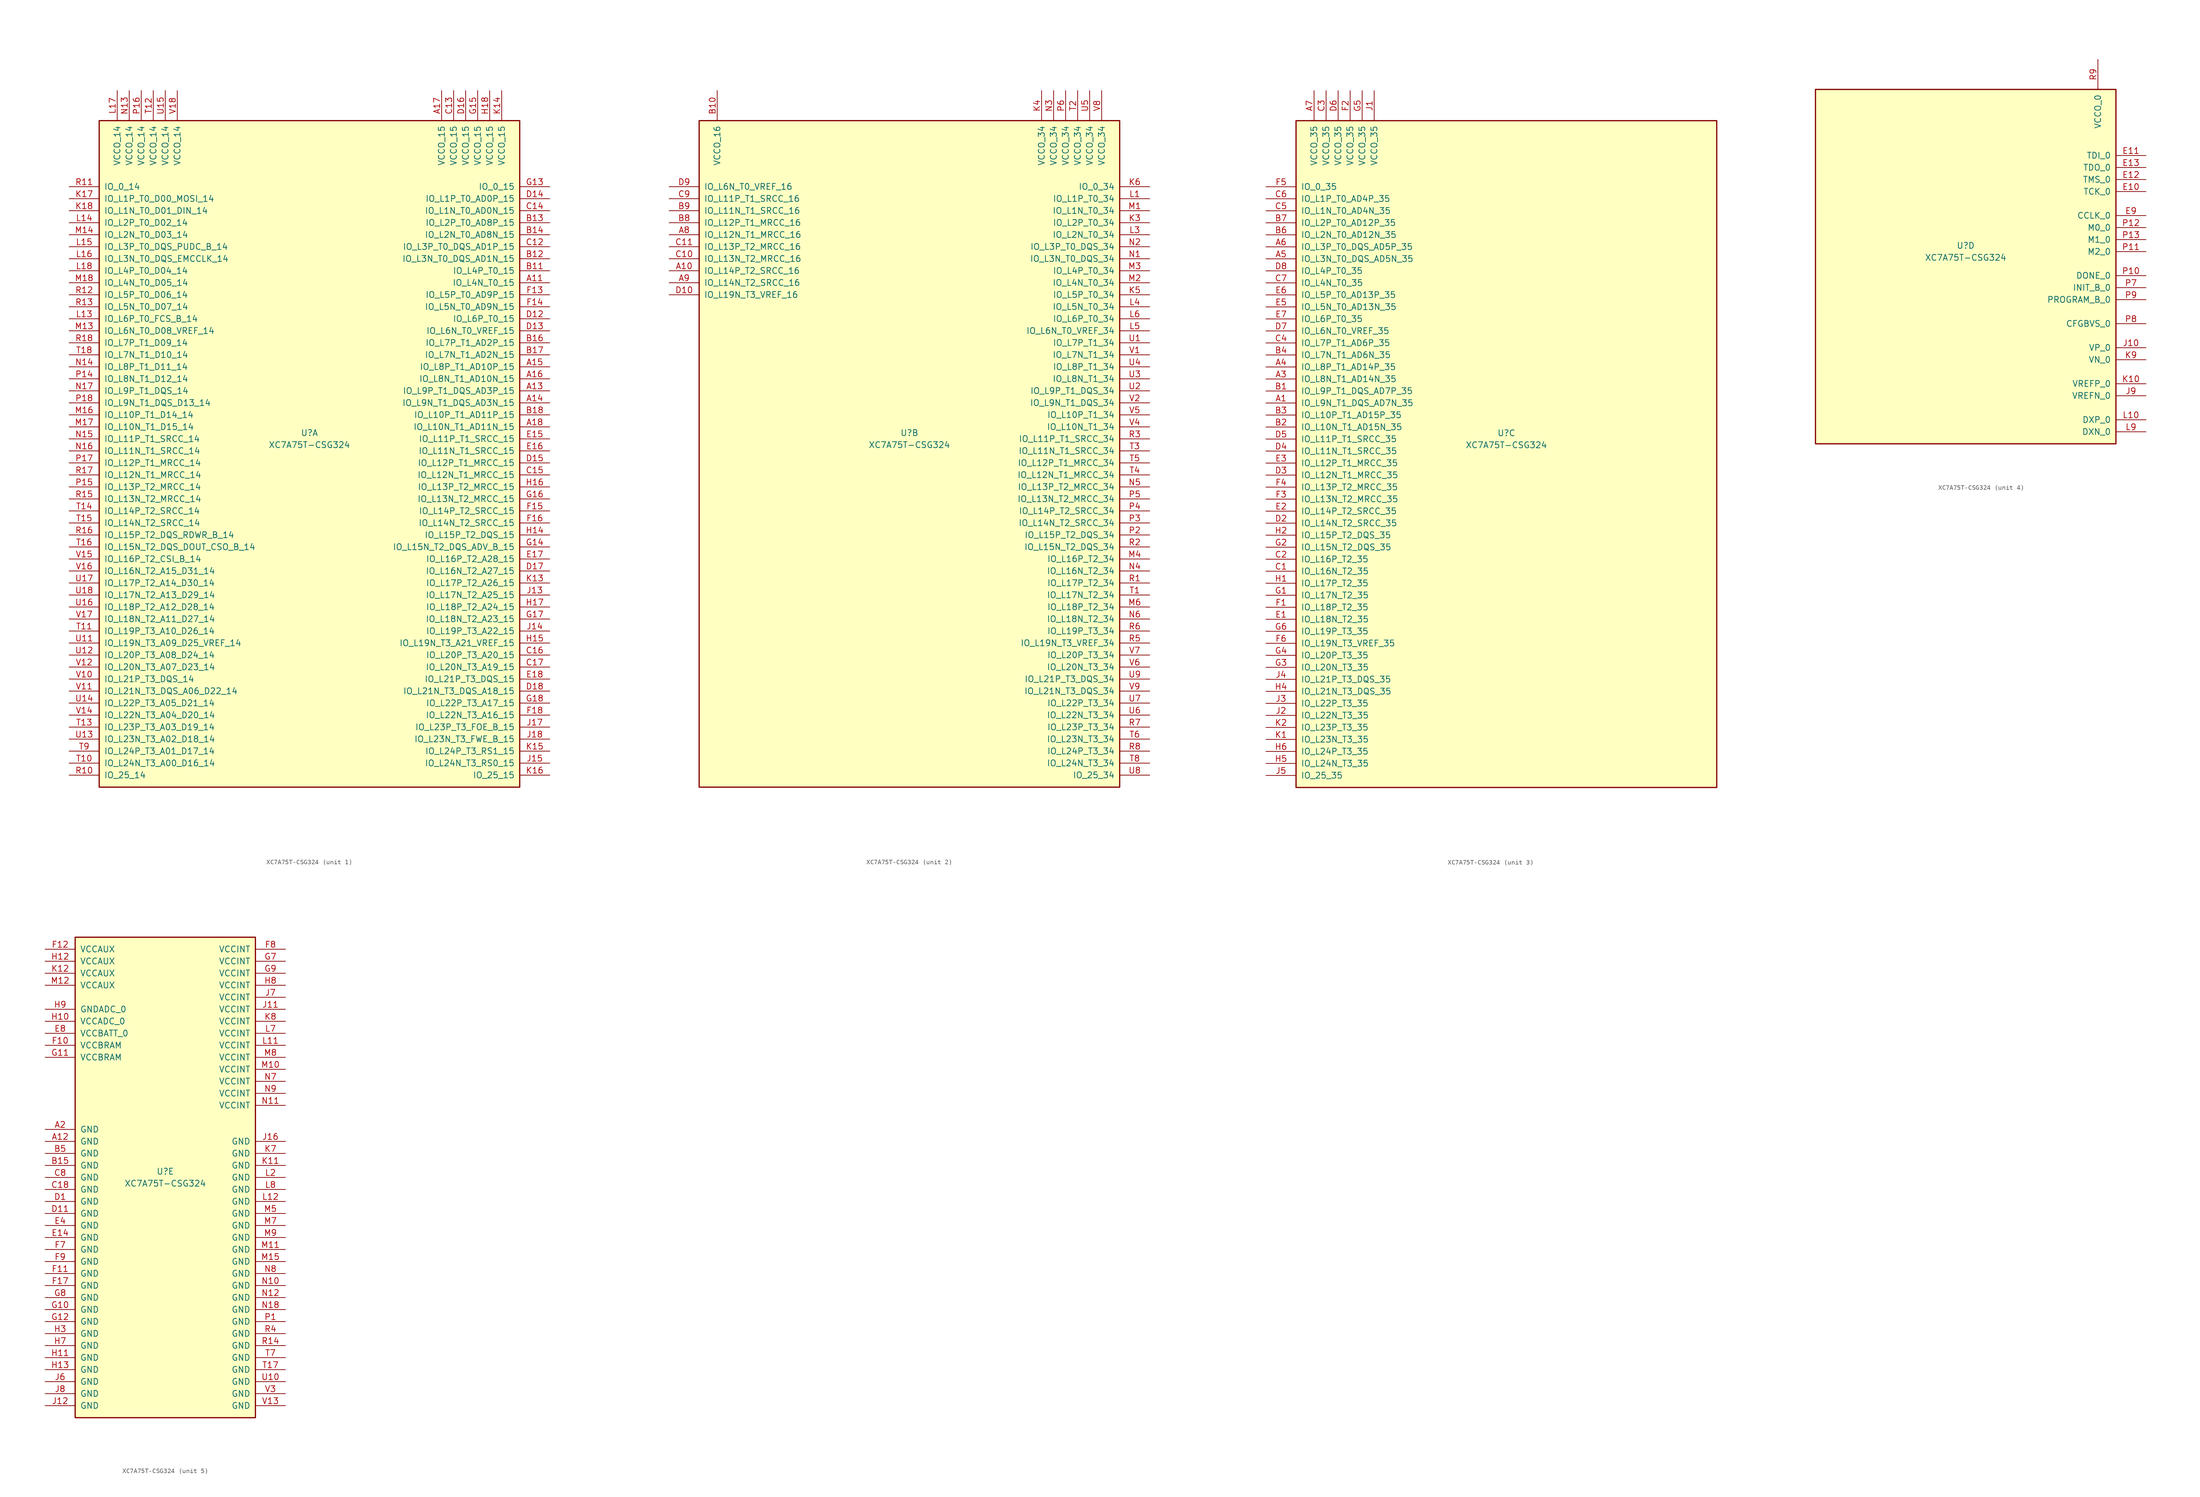
<source format=kicad_sym>
(kicad_symbol_lib
  (version 20241209)
  (generator "kicad_symbol_editor")
  (generator_version "9.0")
  (symbol "XC7A75T-CSG324"
    (pin_names
      (offset 1.016))
    (property "Reference" "U"
      (at 0 1.27 0)
      (effects (font (size 1.27 1.27))))
    (property "Value" "XC7A75T-CSG324"
      (at 0 -1.27 0)
      (effects (font (size 1.27 1.27))))
    (property "Datasheet" ""
      (at 0 0 0)
      (effects (font (size 1.27 1.27))))
    (property "ki_locked" ""
      (at 0 0 0)
      (effects (font (size 1.27 1.27))))
    (symbol "XC7A75T-CSG324_1_1"
      (rectangle (start -44.45 67.31) (end 44.45 -73.66) (stroke (width 0.254) (type default)) (fill (type background)))
      (pin bidirectional line (at -50.8 53.34 0) (length 6.35) (name "IO_0_14" (effects (font (size 1.27 1.27)))) (number "R11" (effects (font (size 1.27 1.27)))))
      (pin bidirectional line (at -50.8 50.8 0) (length 6.35) (name "IO_L1P_T0_D00_MOSI_14" (effects (font (size 1.27 1.27)))) (number "K17" (effects (font (size 1.27 1.27)))))
      (pin bidirectional line (at -50.8 48.26 0) (length 6.35) (name "IO_L1N_T0_D01_DIN_14" (effects (font (size 1.27 1.27)))) (number "K18" (effects (font (size 1.27 1.27)))))
      (pin bidirectional line (at -50.8 45.72 0) (length 6.35) (name "IO_L2P_T0_D02_14" (effects (font (size 1.27 1.27)))) (number "L14" (effects (font (size 1.27 1.27)))))
      (pin bidirectional line (at -50.8 43.18 0) (length 6.35) (name "IO_L2N_T0_D03_14" (effects (font (size 1.27 1.27)))) (number "M14" (effects (font (size 1.27 1.27)))))
      (pin bidirectional line (at -50.8 40.64 0) (length 6.35) (name "IO_L3P_T0_DQS_PUDC_B_14" (effects (font (size 1.27 1.27)))) (number "L15" (effects (font (size 1.27 1.27)))))
      (pin bidirectional line (at -50.8 38.1 0) (length 6.35) (name "IO_L3N_T0_DQS_EMCCLK_14" (effects (font (size 1.27 1.27)))) (number "L16" (effects (font (size 1.27 1.27)))))
      (pin bidirectional line (at -50.8 35.56 0) (length 6.35) (name "IO_L4P_T0_D04_14" (effects (font (size 1.27 1.27)))) (number "L18" (effects (font (size 1.27 1.27)))))
      (pin bidirectional line (at -50.8 33.02 0) (length 6.35) (name "IO_L4N_T0_D05_14" (effects (font (size 1.27 1.27)))) (number "M18" (effects (font (size 1.27 1.27)))))
      (pin bidirectional line (at -50.8 30.48 0) (length 6.35) (name "IO_L5P_T0_D06_14" (effects (font (size 1.27 1.27)))) (number "R12" (effects (font (size 1.27 1.27)))))
      (pin bidirectional line (at -50.8 27.94 0) (length 6.35) (name "IO_L5N_T0_D07_14" (effects (font (size 1.27 1.27)))) (number "R13" (effects (font (size 1.27 1.27)))))
      (pin bidirectional line (at -50.8 25.4 0) (length 6.35) (name "IO_L6P_T0_FCS_B_14" (effects (font (size 1.27 1.27)))) (number "L13" (effects (font (size 1.27 1.27)))))
      (pin bidirectional line (at -50.8 22.86 0) (length 6.35) (name "IO_L6N_T0_D08_VREF_14" (effects (font (size 1.27 1.27)))) (number "M13" (effects (font (size 1.27 1.27)))))
      (pin bidirectional line (at -50.8 20.32 0) (length 6.35) (name "IO_L7P_T1_D09_14" (effects (font (size 1.27 1.27)))) (number "R18" (effects (font (size 1.27 1.27)))))
      (pin bidirectional line (at -50.8 17.78 0) (length 6.35) (name "IO_L7N_T1_D10_14" (effects (font (size 1.27 1.27)))) (number "T18" (effects (font (size 1.27 1.27)))))
      (pin bidirectional line (at -50.8 15.24 0) (length 6.35) (name "IO_L8P_T1_D11_14" (effects (font (size 1.27 1.27)))) (number "N14" (effects (font (size 1.27 1.27)))))
      (pin bidirectional line (at -50.8 12.7 0) (length 6.35) (name "IO_L8N_T1_D12_14" (effects (font (size 1.27 1.27)))) (number "P14" (effects (font (size 1.27 1.27)))))
      (pin bidirectional line (at -50.8 10.16 0) (length 6.35) (name "IO_L9P_T1_DQS_14" (effects (font (size 1.27 1.27)))) (number "N17" (effects (font (size 1.27 1.27)))))
      (pin bidirectional line (at -50.8 7.62 0) (length 6.35) (name "IO_L9N_T1_DQS_D13_14" (effects (font (size 1.27 1.27)))) (number "P18" (effects (font (size 1.27 1.27)))))
      (pin bidirectional line (at -50.8 5.08 0) (length 6.35) (name "IO_L10P_T1_D14_14" (effects (font (size 1.27 1.27)))) (number "M16" (effects (font (size 1.27 1.27)))))
      (pin bidirectional line (at -50.8 2.54 0) (length 6.35) (name "IO_L10N_T1_D15_14" (effects (font (size 1.27 1.27)))) (number "M17" (effects (font (size 1.27 1.27)))))
      (pin bidirectional line (at -50.8 0 0) (length 6.35) (name "IO_L11P_T1_SRCC_14" (effects (font (size 1.27 1.27)))) (number "N15" (effects (font (size 1.27 1.27)))))
      (pin bidirectional line (at -50.8 -2.54 0) (length 6.35) (name "IO_L11N_T1_SRCC_14" (effects (font (size 1.27 1.27)))) (number "N16" (effects (font (size 1.27 1.27)))))
      (pin bidirectional line (at -50.8 -5.08 0) (length 6.35) (name "IO_L12P_T1_MRCC_14" (effects (font (size 1.27 1.27)))) (number "P17" (effects (font (size 1.27 1.27)))))
      (pin bidirectional line (at -50.8 -7.62 0) (length 6.35) (name "IO_L12N_T1_MRCC_14" (effects (font (size 1.27 1.27)))) (number "R17" (effects (font (size 1.27 1.27)))))
      (pin bidirectional line (at -50.8 -10.16 0) (length 6.35) (name "IO_L13P_T2_MRCC_14" (effects (font (size 1.27 1.27)))) (number "P15" (effects (font (size 1.27 1.27)))))
      (pin bidirectional line (at -50.8 -12.7 0) (length 6.35) (name "IO_L13N_T2_MRCC_14" (effects (font (size 1.27 1.27)))) (number "R15" (effects (font (size 1.27 1.27)))))
      (pin bidirectional line (at -50.8 -15.24 0) (length 6.35) (name "IO_L14P_T2_SRCC_14" (effects (font (size 1.27 1.27)))) (number "T14" (effects (font (size 1.27 1.27)))))
      (pin bidirectional line (at -50.8 -17.78 0) (length 6.35) (name "IO_L14N_T2_SRCC_14" (effects (font (size 1.27 1.27)))) (number "T15" (effects (font (size 1.27 1.27)))))
      (pin bidirectional line (at -50.8 -20.32 0) (length 6.35) (name "IO_L15P_T2_DQS_RDWR_B_14" (effects (font (size 1.27 1.27)))) (number "R16" (effects (font (size 1.27 1.27)))))
      (pin bidirectional line (at -50.8 -22.86 0) (length 6.35) (name "IO_L15N_T2_DQS_DOUT_CSO_B_14" (effects (font (size 1.27 1.27)))) (number "T16" (effects (font (size 1.27 1.27)))))
      (pin bidirectional line (at -50.8 -25.4 0) (length 6.35) (name "IO_L16P_T2_CSI_B_14" (effects (font (size 1.27 1.27)))) (number "V15" (effects (font (size 1.27 1.27)))))
      (pin bidirectional line (at -50.8 -27.94 0) (length 6.35) (name "IO_L16N_T2_A15_D31_14" (effects (font (size 1.27 1.27)))) (number "V16" (effects (font (size 1.27 1.27)))))
      (pin bidirectional line (at -50.8 -30.48 0) (length 6.35) (name "IO_L17P_T2_A14_D30_14" (effects (font (size 1.27 1.27)))) (number "U17" (effects (font (size 1.27 1.27)))))
      (pin bidirectional line (at -50.8 -33.02 0) (length 6.35) (name "IO_L17N_T2_A13_D29_14" (effects (font (size 1.27 1.27)))) (number "U18" (effects (font (size 1.27 1.27)))))
      (pin bidirectional line (at -50.8 -35.56 0) (length 6.35) (name "IO_L18P_T2_A12_D28_14" (effects (font (size 1.27 1.27)))) (number "U16" (effects (font (size 1.27 1.27)))))
      (pin bidirectional line (at -50.8 -38.1 0) (length 6.35) (name "IO_L18N_T2_A11_D27_14" (effects (font (size 1.27 1.27)))) (number "V17" (effects (font (size 1.27 1.27)))))
      (pin bidirectional line (at -50.8 -40.64 0) (length 6.35) (name "IO_L19P_T3_A10_D26_14" (effects (font (size 1.27 1.27)))) (number "T11" (effects (font (size 1.27 1.27)))))
      (pin bidirectional line (at -50.8 -43.18 0) (length 6.35) (name "IO_L19N_T3_A09_D25_VREF_14" (effects (font (size 1.27 1.27)))) (number "U11" (effects (font (size 1.27 1.27)))))
      (pin bidirectional line (at -50.8 -45.72 0) (length 6.35) (name "IO_L20P_T3_A08_D24_14" (effects (font (size 1.27 1.27)))) (number "U12" (effects (font (size 1.27 1.27)))))
      (pin bidirectional line (at -50.8 -48.26 0) (length 6.35) (name "IO_L20N_T3_A07_D23_14" (effects (font (size 1.27 1.27)))) (number "V12" (effects (font (size 1.27 1.27)))))
      (pin bidirectional line (at -50.8 -50.8 0) (length 6.35) (name "IO_L21P_T3_DQS_14" (effects (font (size 1.27 1.27)))) (number "V10" (effects (font (size 1.27 1.27)))))
      (pin bidirectional line (at -50.8 -53.34 0) (length 6.35) (name "IO_L21N_T3_DQS_A06_D22_14" (effects (font (size 1.27 1.27)))) (number "V11" (effects (font (size 1.27 1.27)))))
      (pin bidirectional line (at -50.8 -55.88 0) (length 6.35) (name "IO_L22P_T3_A05_D21_14" (effects (font (size 1.27 1.27)))) (number "U14" (effects (font (size 1.27 1.27)))))
      (pin bidirectional line (at -50.8 -58.42 0) (length 6.35) (name "IO_L22N_T3_A04_D20_14" (effects (font (size 1.27 1.27)))) (number "V14" (effects (font (size 1.27 1.27)))))
      (pin bidirectional line (at -50.8 -60.96 0) (length 6.35) (name "IO_L23P_T3_A03_D19_14" (effects (font (size 1.27 1.27)))) (number "T13" (effects (font (size 1.27 1.27)))))
      (pin bidirectional line (at -50.8 -63.5 0) (length 6.35) (name "IO_L23N_T3_A02_D18_14" (effects (font (size 1.27 1.27)))) (number "U13" (effects (font (size 1.27 1.27)))))
      (pin bidirectional line (at -50.8 -66.04 0) (length 6.35) (name "IO_L24P_T3_A01_D17_14" (effects (font (size 1.27 1.27)))) (number "T9" (effects (font (size 1.27 1.27)))))
      (pin bidirectional line (at -50.8 -68.58 0) (length 6.35) (name "IO_L24N_T3_A00_D16_14" (effects (font (size 1.27 1.27)))) (number "T10" (effects (font (size 1.27 1.27)))))
      (pin bidirectional line (at -50.8 -71.12 0) (length 6.35) (name "IO_25_14" (effects (font (size 1.27 1.27)))) (number "R10" (effects (font (size 1.27 1.27)))))
      (pin power_in line (at -40.64 73.66 270) (length 6.35) (name "VCCO_14" (effects (font (size 1.27 1.27)))) (number "L17" (effects (font (size 1.27 1.27)))))
      (pin power_in line (at -38.1 73.66 270) (length 6.35) (name "VCCO_14" (effects (font (size 1.27 1.27)))) (number "N13" (effects (font (size 1.27 1.27)))))
      (pin power_in line (at -35.56 73.66 270) (length 6.35) (name "VCCO_14" (effects (font (size 1.27 1.27)))) (number "P16" (effects (font (size 1.27 1.27)))))
      (pin power_in line (at -33.02 73.66 270) (length 6.35) (name "VCCO_14" (effects (font (size 1.27 1.27)))) (number "T12" (effects (font (size 1.27 1.27)))))
      (pin power_in line (at -30.48 73.66 270) (length 6.35) (name "VCCO_14" (effects (font (size 1.27 1.27)))) (number "U15" (effects (font (size 1.27 1.27)))))
      (pin power_in line (at -27.94 73.66 270) (length 6.35) (name "VCCO_14" (effects (font (size 1.27 1.27)))) (number "V18" (effects (font (size 1.27 1.27)))))
      (pin power_in line (at 27.94 73.66 270) (length 6.35) (name "VCCO_15" (effects (font (size 1.27 1.27)))) (number "A17" (effects (font (size 1.27 1.27)))))
      (pin power_in line (at 30.48 73.66 270) (length 6.35) (name "VCCO_15" (effects (font (size 1.27 1.27)))) (number "C13" (effects (font (size 1.27 1.27)))))
      (pin power_in line (at 33.02 73.66 270) (length 6.35) (name "VCCO_15" (effects (font (size 1.27 1.27)))) (number "D16" (effects (font (size 1.27 1.27)))))
      (pin power_in line (at 35.56 73.66 270) (length 6.35) (name "VCCO_15" (effects (font (size 1.27 1.27)))) (number "G15" (effects (font (size 1.27 1.27)))))
      (pin power_in line (at 38.1 73.66 270) (length 6.35) (name "VCCO_15" (effects (font (size 1.27 1.27)))) (number "H18" (effects (font (size 1.27 1.27)))))
      (pin power_in line (at 40.64 73.66 270) (length 6.35) (name "VCCO_15" (effects (font (size 1.27 1.27)))) (number "K14" (effects (font (size 1.27 1.27)))))
      (pin bidirectional line (at 50.8 53.34 180) (length 6.35) (name "IO_0_15" (effects (font (size 1.27 1.27)))) (number "G13" (effects (font (size 1.27 1.27)))))
      (pin bidirectional line (at 50.8 50.8 180) (length 6.35) (name "IO_L1P_T0_AD0P_15" (effects (font (size 1.27 1.27)))) (number "D14" (effects (font (size 1.27 1.27)))))
      (pin bidirectional line (at 50.8 48.26 180) (length 6.35) (name "IO_L1N_T0_AD0N_15" (effects (font (size 1.27 1.27)))) (number "C14" (effects (font (size 1.27 1.27)))))
      (pin bidirectional line (at 50.8 45.72 180) (length 6.35) (name "IO_L2P_T0_AD8P_15" (effects (font (size 1.27 1.27)))) (number "B13" (effects (font (size 1.27 1.27)))))
      (pin bidirectional line (at 50.8 43.18 180) (length 6.35) (name "IO_L2N_T0_AD8N_15" (effects (font (size 1.27 1.27)))) (number "B14" (effects (font (size 1.27 1.27)))))
      (pin bidirectional line (at 50.8 40.64 180) (length 6.35) (name "IO_L3P_T0_DQS_AD1P_15" (effects (font (size 1.27 1.27)))) (number "C12" (effects (font (size 1.27 1.27)))))
      (pin bidirectional line (at 50.8 38.1 180) (length 6.35) (name "IO_L3N_T0_DQS_AD1N_15" (effects (font (size 1.27 1.27)))) (number "B12" (effects (font (size 1.27 1.27)))))
      (pin bidirectional line (at 50.8 35.56 180) (length 6.35) (name "IO_L4P_T0_15" (effects (font (size 1.27 1.27)))) (number "B11" (effects (font (size 1.27 1.27)))))
      (pin bidirectional line (at 50.8 33.02 180) (length 6.35) (name "IO_L4N_T0_15" (effects (font (size 1.27 1.27)))) (number "A11" (effects (font (size 1.27 1.27)))))
      (pin bidirectional line (at 50.8 30.48 180) (length 6.35) (name "IO_L5P_T0_AD9P_15" (effects (font (size 1.27 1.27)))) (number "F13" (effects (font (size 1.27 1.27)))))
      (pin bidirectional line (at 50.8 27.94 180) (length 6.35) (name "IO_L5N_T0_AD9N_15" (effects (font (size 1.27 1.27)))) (number "F14" (effects (font (size 1.27 1.27)))))
      (pin bidirectional line (at 50.8 25.4 180) (length 6.35) (name "IO_L6P_T0_15" (effects (font (size 1.27 1.27)))) (number "D12" (effects (font (size 1.27 1.27)))))
      (pin bidirectional line (at 50.8 22.86 180) (length 6.35) (name "IO_L6N_T0_VREF_15" (effects (font (size 1.27 1.27)))) (number "D13" (effects (font (size 1.27 1.27)))))
      (pin bidirectional line (at 50.8 20.32 180) (length 6.35) (name "IO_L7P_T1_AD2P_15" (effects (font (size 1.27 1.27)))) (number "B16" (effects (font (size 1.27 1.27)))))
      (pin bidirectional line (at 50.8 17.78 180) (length 6.35) (name "IO_L7N_T1_AD2N_15" (effects (font (size 1.27 1.27)))) (number "B17" (effects (font (size 1.27 1.27)))))
      (pin bidirectional line (at 50.8 15.24 180) (length 6.35) (name "IO_L8P_T1_AD10P_15" (effects (font (size 1.27 1.27)))) (number "A15" (effects (font (size 1.27 1.27)))))
      (pin bidirectional line (at 50.8 12.7 180) (length 6.35) (name "IO_L8N_T1_AD10N_15" (effects (font (size 1.27 1.27)))) (number "A16" (effects (font (size 1.27 1.27)))))
      (pin bidirectional line (at 50.8 10.16 180) (length 6.35) (name "IO_L9P_T1_DQS_AD3P_15" (effects (font (size 1.27 1.27)))) (number "A13" (effects (font (size 1.27 1.27)))))
      (pin bidirectional line (at 50.8 7.62 180) (length 6.35) (name "IO_L9N_T1_DQS_AD3N_15" (effects (font (size 1.27 1.27)))) (number "A14" (effects (font (size 1.27 1.27)))))
      (pin bidirectional line (at 50.8 5.08 180) (length 6.35) (name "IO_L10P_T1_AD11P_15" (effects (font (size 1.27 1.27)))) (number "B18" (effects (font (size 1.27 1.27)))))
      (pin bidirectional line (at 50.8 2.54 180) (length 6.35) (name "IO_L10N_T1_AD11N_15" (effects (font (size 1.27 1.27)))) (number "A18" (effects (font (size 1.27 1.27)))))
      (pin bidirectional line (at 50.8 0 180) (length 6.35) (name "IO_L11P_T1_SRCC_15" (effects (font (size 1.27 1.27)))) (number "E15" (effects (font (size 1.27 1.27)))))
      (pin bidirectional line (at 50.8 -2.54 180) (length 6.35) (name "IO_L11N_T1_SRCC_15" (effects (font (size 1.27 1.27)))) (number "E16" (effects (font (size 1.27 1.27)))))
      (pin bidirectional line (at 50.8 -5.08 180) (length 6.35) (name "IO_L12P_T1_MRCC_15" (effects (font (size 1.27 1.27)))) (number "D15" (effects (font (size 1.27 1.27)))))
      (pin bidirectional line (at 50.8 -7.62 180) (length 6.35) (name "IO_L12N_T1_MRCC_15" (effects (font (size 1.27 1.27)))) (number "C15" (effects (font (size 1.27 1.27)))))
      (pin bidirectional line (at 50.8 -10.16 180) (length 6.35) (name "IO_L13P_T2_MRCC_15" (effects (font (size 1.27 1.27)))) (number "H16" (effects (font (size 1.27 1.27)))))
      (pin bidirectional line (at 50.8 -12.7 180) (length 6.35) (name "IO_L13N_T2_MRCC_15" (effects (font (size 1.27 1.27)))) (number "G16" (effects (font (size 1.27 1.27)))))
      (pin bidirectional line (at 50.8 -15.24 180) (length 6.35) (name "IO_L14P_T2_SRCC_15" (effects (font (size 1.27 1.27)))) (number "F15" (effects (font (size 1.27 1.27)))))
      (pin bidirectional line (at 50.8 -17.78 180) (length 6.35) (name "IO_L14N_T2_SRCC_15" (effects (font (size 1.27 1.27)))) (number "F16" (effects (font (size 1.27 1.27)))))
      (pin bidirectional line (at 50.8 -20.32 180) (length 6.35) (name "IO_L15P_T2_DQS_15" (effects (font (size 1.27 1.27)))) (number "H14" (effects (font (size 1.27 1.27)))))
      (pin bidirectional line (at 50.8 -22.86 180) (length 6.35) (name "IO_L15N_T2_DQS_ADV_B_15" (effects (font (size 1.27 1.27)))) (number "G14" (effects (font (size 1.27 1.27)))))
      (pin bidirectional line (at 50.8 -25.4 180) (length 6.35) (name "IO_L16P_T2_A28_15" (effects (font (size 1.27 1.27)))) (number "E17" (effects (font (size 1.27 1.27)))))
      (pin bidirectional line (at 50.8 -27.94 180) (length 6.35) (name "IO_L16N_T2_A27_15" (effects (font (size 1.27 1.27)))) (number "D17" (effects (font (size 1.27 1.27)))))
      (pin bidirectional line (at 50.8 -30.48 180) (length 6.35) (name "IO_L17P_T2_A26_15" (effects (font (size 1.27 1.27)))) (number "K13" (effects (font (size 1.27 1.27)))))
      (pin bidirectional line (at 50.8 -33.02 180) (length 6.35) (name "IO_L17N_T2_A25_15" (effects (font (size 1.27 1.27)))) (number "J13" (effects (font (size 1.27 1.27)))))
      (pin bidirectional line (at 50.8 -35.56 180) (length 6.35) (name "IO_L18P_T2_A24_15" (effects (font (size 1.27 1.27)))) (number "H17" (effects (font (size 1.27 1.27)))))
      (pin bidirectional line (at 50.8 -38.1 180) (length 6.35) (name "IO_L18N_T2_A23_15" (effects (font (size 1.27 1.27)))) (number "G17" (effects (font (size 1.27 1.27)))))
      (pin bidirectional line (at 50.8 -40.64 180) (length 6.35) (name "IO_L19P_T3_A22_15" (effects (font (size 1.27 1.27)))) (number "J14" (effects (font (size 1.27 1.27)))))
      (pin bidirectional line (at 50.8 -43.18 180) (length 6.35) (name "IO_L19N_T3_A21_VREF_15" (effects (font (size 1.27 1.27)))) (number "H15" (effects (font (size 1.27 1.27)))))
      (pin bidirectional line (at 50.8 -45.72 180) (length 6.35) (name "IO_L20P_T3_A20_15" (effects (font (size 1.27 1.27)))) (number "C16" (effects (font (size 1.27 1.27)))))
      (pin bidirectional line (at 50.8 -48.26 180) (length 6.35) (name "IO_L20N_T3_A19_15" (effects (font (size 1.27 1.27)))) (number "C17" (effects (font (size 1.27 1.27)))))
      (pin bidirectional line (at 50.8 -50.8 180) (length 6.35) (name "IO_L21P_T3_DQS_15" (effects (font (size 1.27 1.27)))) (number "E18" (effects (font (size 1.27 1.27)))))
      (pin bidirectional line (at 50.8 -53.34 180) (length 6.35) (name "IO_L21N_T3_DQS_A18_15" (effects (font (size 1.27 1.27)))) (number "D18" (effects (font (size 1.27 1.27)))))
      (pin bidirectional line (at 50.8 -55.88 180) (length 6.35) (name "IO_L22P_T3_A17_15" (effects (font (size 1.27 1.27)))) (number "G18" (effects (font (size 1.27 1.27)))))
      (pin bidirectional line (at 50.8 -58.42 180) (length 6.35) (name "IO_L22N_T3_A16_15" (effects (font (size 1.27 1.27)))) (number "F18" (effects (font (size 1.27 1.27)))))
      (pin bidirectional line (at 50.8 -60.96 180) (length 6.35) (name "IO_L23P_T3_FOE_B_15" (effects (font (size 1.27 1.27)))) (number "J17" (effects (font (size 1.27 1.27)))))
      (pin bidirectional line (at 50.8 -63.5 180) (length 6.35) (name "IO_L23N_T3_FWE_B_15" (effects (font (size 1.27 1.27)))) (number "J18" (effects (font (size 1.27 1.27)))))
      (pin bidirectional line (at 50.8 -66.04 180) (length 6.35) (name "IO_L24P_T3_RS1_15" (effects (font (size 1.27 1.27)))) (number "K15" (effects (font (size 1.27 1.27)))))
      (pin bidirectional line (at 50.8 -68.58 180) (length 6.35) (name "IO_L24N_T3_RS0_15" (effects (font (size 1.27 1.27)))) (number "J15" (effects (font (size 1.27 1.27)))))
      (pin bidirectional line (at 50.8 -71.12 180) (length 6.35) (name "IO_25_15" (effects (font (size 1.27 1.27)))) (number "K16" (effects (font (size 1.27 1.27))))))
    (symbol "XC7A75T-CSG324_2_1"
      (rectangle (start -44.45 67.31) (end 44.45 -73.66) (stroke (width 0.254) (type default)) (fill (type background)))
      (pin bidirectional line (at -50.8 53.34 0) (length 6.35) (name "IO_L6N_T0_VREF_16" (effects (font (size 1.27 1.27)))) (number "D9" (effects (font (size 1.27 1.27)))))
      (pin bidirectional line (at -50.8 50.8 0) (length 6.35) (name "IO_L11P_T1_SRCC_16" (effects (font (size 1.27 1.27)))) (number "C9" (effects (font (size 1.27 1.27)))))
      (pin bidirectional line (at -50.8 48.26 0) (length 6.35) (name "IO_L11N_T1_SRCC_16" (effects (font (size 1.27 1.27)))) (number "B9" (effects (font (size 1.27 1.27)))))
      (pin bidirectional line (at -50.8 45.72 0) (length 6.35) (name "IO_L12P_T1_MRCC_16" (effects (font (size 1.27 1.27)))) (number "B8" (effects (font (size 1.27 1.27)))))
      (pin bidirectional line (at -50.8 43.18 0) (length 6.35) (name "IO_L12N_T1_MRCC_16" (effects (font (size 1.27 1.27)))) (number "A8" (effects (font (size 1.27 1.27)))))
      (pin bidirectional line (at -50.8 40.64 0) (length 6.35) (name "IO_L13P_T2_MRCC_16" (effects (font (size 1.27 1.27)))) (number "C11" (effects (font (size 1.27 1.27)))))
      (pin bidirectional line (at -50.8 38.1 0) (length 6.35) (name "IO_L13N_T2_MRCC_16" (effects (font (size 1.27 1.27)))) (number "C10" (effects (font (size 1.27 1.27)))))
      (pin bidirectional line (at -50.8 35.56 0) (length 6.35) (name "IO_L14P_T2_SRCC_16" (effects (font (size 1.27 1.27)))) (number "A10" (effects (font (size 1.27 1.27)))))
      (pin bidirectional line (at -50.8 33.02 0) (length 6.35) (name "IO_L14N_T2_SRCC_16" (effects (font (size 1.27 1.27)))) (number "A9" (effects (font (size 1.27 1.27)))))
      (pin bidirectional line (at -50.8 30.48 0) (length 6.35) (name "IO_L19N_T3_VREF_16" (effects (font (size 1.27 1.27)))) (number "D10" (effects (font (size 1.27 1.27)))))
      (pin power_in line (at -40.64 73.66 270) (length 6.35) (name "VCCO_16" (effects (font (size 1.27 1.27)))) (number "B10" (effects (font (size 1.27 1.27)))))
      (pin power_in line (at 27.94 73.66 270) (length 6.35) (name "VCCO_34" (effects (font (size 1.27 1.27)))) (number "K4" (effects (font (size 1.27 1.27)))))
      (pin power_in line (at 30.48 73.66 270) (length 6.35) (name "VCCO_34" (effects (font (size 1.27 1.27)))) (number "N3" (effects (font (size 1.27 1.27)))))
      (pin power_in line (at 33.02 73.66 270) (length 6.35) (name "VCCO_34" (effects (font (size 1.27 1.27)))) (number "P6" (effects (font (size 1.27 1.27)))))
      (pin power_in line (at 35.56 73.66 270) (length 6.35) (name "VCCO_34" (effects (font (size 1.27 1.27)))) (number "T2" (effects (font (size 1.27 1.27)))))
      (pin power_in line (at 38.1 73.66 270) (length 6.35) (name "VCCO_34" (effects (font (size 1.27 1.27)))) (number "U5" (effects (font (size 1.27 1.27)))))
      (pin power_in line (at 40.64 73.66 270) (length 6.35) (name "VCCO_34" (effects (font (size 1.27 1.27)))) (number "V8" (effects (font (size 1.27 1.27)))))
      (pin bidirectional line (at 50.8 53.34 180) (length 6.35) (name "IO_0_34" (effects (font (size 1.27 1.27)))) (number "K6" (effects (font (size 1.27 1.27)))))
      (pin bidirectional line (at 50.8 50.8 180) (length 6.35) (name "IO_L1P_T0_34" (effects (font (size 1.27 1.27)))) (number "L1" (effects (font (size 1.27 1.27)))))
      (pin bidirectional line (at 50.8 48.26 180) (length 6.35) (name "IO_L1N_T0_34" (effects (font (size 1.27 1.27)))) (number "M1" (effects (font (size 1.27 1.27)))))
      (pin bidirectional line (at 50.8 45.72 180) (length 6.35) (name "IO_L2P_T0_34" (effects (font (size 1.27 1.27)))) (number "K3" (effects (font (size 1.27 1.27)))))
      (pin bidirectional line (at 50.8 43.18 180) (length 6.35) (name "IO_L2N_T0_34" (effects (font (size 1.27 1.27)))) (number "L3" (effects (font (size 1.27 1.27)))))
      (pin bidirectional line (at 50.8 40.64 180) (length 6.35) (name "IO_L3P_T0_DQS_34" (effects (font (size 1.27 1.27)))) (number "N2" (effects (font (size 1.27 1.27)))))
      (pin bidirectional line (at 50.8 38.1 180) (length 6.35) (name "IO_L3N_T0_DQS_34" (effects (font (size 1.27 1.27)))) (number "N1" (effects (font (size 1.27 1.27)))))
      (pin bidirectional line (at 50.8 35.56 180) (length 6.35) (name "IO_L4P_T0_34" (effects (font (size 1.27 1.27)))) (number "M3" (effects (font (size 1.27 1.27)))))
      (pin bidirectional line (at 50.8 33.02 180) (length 6.35) (name "IO_L4N_T0_34" (effects (font (size 1.27 1.27)))) (number "M2" (effects (font (size 1.27 1.27)))))
      (pin bidirectional line (at 50.8 30.48 180) (length 6.35) (name "IO_L5P_T0_34" (effects (font (size 1.27 1.27)))) (number "K5" (effects (font (size 1.27 1.27)))))
      (pin bidirectional line (at 50.8 27.94 180) (length 6.35) (name "IO_L5N_T0_34" (effects (font (size 1.27 1.27)))) (number "L4" (effects (font (size 1.27 1.27)))))
      (pin bidirectional line (at 50.8 25.4 180) (length 6.35) (name "IO_L6P_T0_34" (effects (font (size 1.27 1.27)))) (number "L6" (effects (font (size 1.27 1.27)))))
      (pin bidirectional line (at 50.8 22.86 180) (length 6.35) (name "IO_L6N_T0_VREF_34" (effects (font (size 1.27 1.27)))) (number "L5" (effects (font (size 1.27 1.27)))))
      (pin bidirectional line (at 50.8 20.32 180) (length 6.35) (name "IO_L7P_T1_34" (effects (font (size 1.27 1.27)))) (number "U1" (effects (font (size 1.27 1.27)))))
      (pin bidirectional line (at 50.8 17.78 180) (length 6.35) (name "IO_L7N_T1_34" (effects (font (size 1.27 1.27)))) (number "V1" (effects (font (size 1.27 1.27)))))
      (pin bidirectional line (at 50.8 15.24 180) (length 6.35) (name "IO_L8P_T1_34" (effects (font (size 1.27 1.27)))) (number "U4" (effects (font (size 1.27 1.27)))))
      (pin bidirectional line (at 50.8 12.7 180) (length 6.35) (name "IO_L8N_T1_34" (effects (font (size 1.27 1.27)))) (number "U3" (effects (font (size 1.27 1.27)))))
      (pin bidirectional line (at 50.8 10.16 180) (length 6.35) (name "IO_L9P_T1_DQS_34" (effects (font (size 1.27 1.27)))) (number "U2" (effects (font (size 1.27 1.27)))))
      (pin bidirectional line (at 50.8 7.62 180) (length 6.35) (name "IO_L9N_T1_DQS_34" (effects (font (size 1.27 1.27)))) (number "V2" (effects (font (size 1.27 1.27)))))
      (pin bidirectional line (at 50.8 5.08 180) (length 6.35) (name "IO_L10P_T1_34" (effects (font (size 1.27 1.27)))) (number "V5" (effects (font (size 1.27 1.27)))))
      (pin bidirectional line (at 50.8 2.54 180) (length 6.35) (name "IO_L10N_T1_34" (effects (font (size 1.27 1.27)))) (number "V4" (effects (font (size 1.27 1.27)))))
      (pin bidirectional line (at 50.8 0 180) (length 6.35) (name "IO_L11P_T1_SRCC_34" (effects (font (size 1.27 1.27)))) (number "R3" (effects (font (size 1.27 1.27)))))
      (pin bidirectional line (at 50.8 -2.54 180) (length 6.35) (name "IO_L11N_T1_SRCC_34" (effects (font (size 1.27 1.27)))) (number "T3" (effects (font (size 1.27 1.27)))))
      (pin bidirectional line (at 50.8 -5.08 180) (length 6.35) (name "IO_L12P_T1_MRCC_34" (effects (font (size 1.27 1.27)))) (number "T5" (effects (font (size 1.27 1.27)))))
      (pin bidirectional line (at 50.8 -7.62 180) (length 6.35) (name "IO_L12N_T1_MRCC_34" (effects (font (size 1.27 1.27)))) (number "T4" (effects (font (size 1.27 1.27)))))
      (pin bidirectional line (at 50.8 -10.16 180) (length 6.35) (name "IO_L13P_T2_MRCC_34" (effects (font (size 1.27 1.27)))) (number "N5" (effects (font (size 1.27 1.27)))))
      (pin bidirectional line (at 50.8 -12.7 180) (length 6.35) (name "IO_L13N_T2_MRCC_34" (effects (font (size 1.27 1.27)))) (number "P5" (effects (font (size 1.27 1.27)))))
      (pin bidirectional line (at 50.8 -15.24 180) (length 6.35) (name "IO_L14P_T2_SRCC_34" (effects (font (size 1.27 1.27)))) (number "P4" (effects (font (size 1.27 1.27)))))
      (pin bidirectional line (at 50.8 -17.78 180) (length 6.35) (name "IO_L14N_T2_SRCC_34" (effects (font (size 1.27 1.27)))) (number "P3" (effects (font (size 1.27 1.27)))))
      (pin bidirectional line (at 50.8 -20.32 180) (length 6.35) (name "IO_L15P_T2_DQS_34" (effects (font (size 1.27 1.27)))) (number "P2" (effects (font (size 1.27 1.27)))))
      (pin bidirectional line (at 50.8 -22.86 180) (length 6.35) (name "IO_L15N_T2_DQS_34" (effects (font (size 1.27 1.27)))) (number "R2" (effects (font (size 1.27 1.27)))))
      (pin bidirectional line (at 50.8 -25.4 180) (length 6.35) (name "IO_L16P_T2_34" (effects (font (size 1.27 1.27)))) (number "M4" (effects (font (size 1.27 1.27)))))
      (pin bidirectional line (at 50.8 -27.94 180) (length 6.35) (name "IO_L16N_T2_34" (effects (font (size 1.27 1.27)))) (number "N4" (effects (font (size 1.27 1.27)))))
      (pin bidirectional line (at 50.8 -30.48 180) (length 6.35) (name "IO_L17P_T2_34" (effects (font (size 1.27 1.27)))) (number "R1" (effects (font (size 1.27 1.27)))))
      (pin bidirectional line (at 50.8 -33.02 180) (length 6.35) (name "IO_L17N_T2_34" (effects (font (size 1.27 1.27)))) (number "T1" (effects (font (size 1.27 1.27)))))
      (pin bidirectional line (at 50.8 -35.56 180) (length 6.35) (name "IO_L18P_T2_34" (effects (font (size 1.27 1.27)))) (number "M6" (effects (font (size 1.27 1.27)))))
      (pin bidirectional line (at 50.8 -38.1 180) (length 6.35) (name "IO_L18N_T2_34" (effects (font (size 1.27 1.27)))) (number "N6" (effects (font (size 1.27 1.27)))))
      (pin bidirectional line (at 50.8 -40.64 180) (length 6.35) (name "IO_L19P_T3_34" (effects (font (size 1.27 1.27)))) (number "R6" (effects (font (size 1.27 1.27)))))
      (pin bidirectional line (at 50.8 -43.18 180) (length 6.35) (name "IO_L19N_T3_VREF_34" (effects (font (size 1.27 1.27)))) (number "R5" (effects (font (size 1.27 1.27)))))
      (pin bidirectional line (at 50.8 -45.72 180) (length 6.35) (name "IO_L20P_T3_34" (effects (font (size 1.27 1.27)))) (number "V7" (effects (font (size 1.27 1.27)))))
      (pin bidirectional line (at 50.8 -48.26 180) (length 6.35) (name "IO_L20N_T3_34" (effects (font (size 1.27 1.27)))) (number "V6" (effects (font (size 1.27 1.27)))))
      (pin bidirectional line (at 50.8 -50.8 180) (length 6.35) (name "IO_L21P_T3_DQS_34" (effects (font (size 1.27 1.27)))) (number "U9" (effects (font (size 1.27 1.27)))))
      (pin bidirectional line (at 50.8 -53.34 180) (length 6.35) (name "IO_L21N_T3_DQS_34" (effects (font (size 1.27 1.27)))) (number "V9" (effects (font (size 1.27 1.27)))))
      (pin bidirectional line (at 50.8 -55.88 180) (length 6.35) (name "IO_L22P_T3_34" (effects (font (size 1.27 1.27)))) (number "U7" (effects (font (size 1.27 1.27)))))
      (pin bidirectional line (at 50.8 -58.42 180) (length 6.35) (name "IO_L22N_T3_34" (effects (font (size 1.27 1.27)))) (number "U6" (effects (font (size 1.27 1.27)))))
      (pin bidirectional line (at 50.8 -60.96 180) (length 6.35) (name "IO_L23P_T3_34" (effects (font (size 1.27 1.27)))) (number "R7" (effects (font (size 1.27 1.27)))))
      (pin bidirectional line (at 50.8 -63.5 180) (length 6.35) (name "IO_L23N_T3_34" (effects (font (size 1.27 1.27)))) (number "T6" (effects (font (size 1.27 1.27)))))
      (pin bidirectional line (at 50.8 -66.04 180) (length 6.35) (name "IO_L24P_T3_34" (effects (font (size 1.27 1.27)))) (number "R8" (effects (font (size 1.27 1.27)))))
      (pin bidirectional line (at 50.8 -68.58 180) (length 6.35) (name "IO_L24N_T3_34" (effects (font (size 1.27 1.27)))) (number "T8" (effects (font (size 1.27 1.27)))))
      (pin bidirectional line (at 50.8 -71.12 180) (length 6.35) (name "IO_25_34" (effects (font (size 1.27 1.27)))) (number "U8" (effects (font (size 1.27 1.27))))))
    (symbol "XC7A75T-CSG324_3_1"
      (rectangle (start -44.45 67.31) (end 44.45 -73.66) (stroke (width 0.254) (type default)) (fill (type background)))
      (pin bidirectional line (at -50.8 53.34 0) (length 6.35) (name "IO_0_35" (effects (font (size 1.27 1.27)))) (number "F5" (effects (font (size 1.27 1.27)))))
      (pin bidirectional line (at -50.8 50.8 0) (length 6.35) (name "IO_L1P_T0_AD4P_35" (effects (font (size 1.27 1.27)))) (number "C6" (effects (font (size 1.27 1.27)))))
      (pin bidirectional line (at -50.8 48.26 0) (length 6.35) (name "IO_L1N_T0_AD4N_35" (effects (font (size 1.27 1.27)))) (number "C5" (effects (font (size 1.27 1.27)))))
      (pin bidirectional line (at -50.8 45.72 0) (length 6.35) (name "IO_L2P_T0_AD12P_35" (effects (font (size 1.27 1.27)))) (number "B7" (effects (font (size 1.27 1.27)))))
      (pin bidirectional line (at -50.8 43.18 0) (length 6.35) (name "IO_L2N_T0_AD12N_35" (effects (font (size 1.27 1.27)))) (number "B6" (effects (font (size 1.27 1.27)))))
      (pin bidirectional line (at -50.8 40.64 0) (length 6.35) (name "IO_L3P_T0_DQS_AD5P_35" (effects (font (size 1.27 1.27)))) (number "A6" (effects (font (size 1.27 1.27)))))
      (pin bidirectional line (at -50.8 38.1 0) (length 6.35) (name "IO_L3N_T0_DQS_AD5N_35" (effects (font (size 1.27 1.27)))) (number "A5" (effects (font (size 1.27 1.27)))))
      (pin bidirectional line (at -50.8 35.56 0) (length 6.35) (name "IO_L4P_T0_35" (effects (font (size 1.27 1.27)))) (number "D8" (effects (font (size 1.27 1.27)))))
      (pin bidirectional line (at -50.8 33.02 0) (length 6.35) (name "IO_L4N_T0_35" (effects (font (size 1.27 1.27)))) (number "C7" (effects (font (size 1.27 1.27)))))
      (pin bidirectional line (at -50.8 30.48 0) (length 6.35) (name "IO_L5P_T0_AD13P_35" (effects (font (size 1.27 1.27)))) (number "E6" (effects (font (size 1.27 1.27)))))
      (pin bidirectional line (at -50.8 27.94 0) (length 6.35) (name "IO_L5N_T0_AD13N_35" (effects (font (size 1.27 1.27)))) (number "E5" (effects (font (size 1.27 1.27)))))
      (pin bidirectional line (at -50.8 25.4 0) (length 6.35) (name "IO_L6P_T0_35" (effects (font (size 1.27 1.27)))) (number "E7" (effects (font (size 1.27 1.27)))))
      (pin bidirectional line (at -50.8 22.86 0) (length 6.35) (name "IO_L6N_T0_VREF_35" (effects (font (size 1.27 1.27)))) (number "D7" (effects (font (size 1.27 1.27)))))
      (pin bidirectional line (at -50.8 20.32 0) (length 6.35) (name "IO_L7P_T1_AD6P_35" (effects (font (size 1.27 1.27)))) (number "C4" (effects (font (size 1.27 1.27)))))
      (pin bidirectional line (at -50.8 17.78 0) (length 6.35) (name "IO_L7N_T1_AD6N_35" (effects (font (size 1.27 1.27)))) (number "B4" (effects (font (size 1.27 1.27)))))
      (pin bidirectional line (at -50.8 15.24 0) (length 6.35) (name "IO_L8P_T1_AD14P_35" (effects (font (size 1.27 1.27)))) (number "A4" (effects (font (size 1.27 1.27)))))
      (pin bidirectional line (at -50.8 12.7 0) (length 6.35) (name "IO_L8N_T1_AD14N_35" (effects (font (size 1.27 1.27)))) (number "A3" (effects (font (size 1.27 1.27)))))
      (pin bidirectional line (at -50.8 10.16 0) (length 6.35) (name "IO_L9P_T1_DQS_AD7P_35" (effects (font (size 1.27 1.27)))) (number "B1" (effects (font (size 1.27 1.27)))))
      (pin bidirectional line (at -50.8 7.62 0) (length 6.35) (name "IO_L9N_T1_DQS_AD7N_35" (effects (font (size 1.27 1.27)))) (number "A1" (effects (font (size 1.27 1.27)))))
      (pin bidirectional line (at -50.8 5.08 0) (length 6.35) (name "IO_L10P_T1_AD15P_35" (effects (font (size 1.27 1.27)))) (number "B3" (effects (font (size 1.27 1.27)))))
      (pin bidirectional line (at -50.8 2.54 0) (length 6.35) (name "IO_L10N_T1_AD15N_35" (effects (font (size 1.27 1.27)))) (number "B2" (effects (font (size 1.27 1.27)))))
      (pin bidirectional line (at -50.8 0 0) (length 6.35) (name "IO_L11P_T1_SRCC_35" (effects (font (size 1.27 1.27)))) (number "D5" (effects (font (size 1.27 1.27)))))
      (pin bidirectional line (at -50.8 -2.54 0) (length 6.35) (name "IO_L11N_T1_SRCC_35" (effects (font (size 1.27 1.27)))) (number "D4" (effects (font (size 1.27 1.27)))))
      (pin bidirectional line (at -50.8 -5.08 0) (length 6.35) (name "IO_L12P_T1_MRCC_35" (effects (font (size 1.27 1.27)))) (number "E3" (effects (font (size 1.27 1.27)))))
      (pin bidirectional line (at -50.8 -7.62 0) (length 6.35) (name "IO_L12N_T1_MRCC_35" (effects (font (size 1.27 1.27)))) (number "D3" (effects (font (size 1.27 1.27)))))
      (pin bidirectional line (at -50.8 -10.16 0) (length 6.35) (name "IO_L13P_T2_MRCC_35" (effects (font (size 1.27 1.27)))) (number "F4" (effects (font (size 1.27 1.27)))))
      (pin bidirectional line (at -50.8 -12.7 0) (length 6.35) (name "IO_L13N_T2_MRCC_35" (effects (font (size 1.27 1.27)))) (number "F3" (effects (font (size 1.27 1.27)))))
      (pin bidirectional line (at -50.8 -15.24 0) (length 6.35) (name "IO_L14P_T2_SRCC_35" (effects (font (size 1.27 1.27)))) (number "E2" (effects (font (size 1.27 1.27)))))
      (pin bidirectional line (at -50.8 -17.78 0) (length 6.35) (name "IO_L14N_T2_SRCC_35" (effects (font (size 1.27 1.27)))) (number "D2" (effects (font (size 1.27 1.27)))))
      (pin bidirectional line (at -50.8 -20.32 0) (length 6.35) (name "IO_L15P_T2_DQS_35" (effects (font (size 1.27 1.27)))) (number "H2" (effects (font (size 1.27 1.27)))))
      (pin bidirectional line (at -50.8 -22.86 0) (length 6.35) (name "IO_L15N_T2_DQS_35" (effects (font (size 1.27 1.27)))) (number "G2" (effects (font (size 1.27 1.27)))))
      (pin bidirectional line (at -50.8 -25.4 0) (length 6.35) (name "IO_L16P_T2_35" (effects (font (size 1.27 1.27)))) (number "C2" (effects (font (size 1.27 1.27)))))
      (pin bidirectional line (at -50.8 -27.94 0) (length 6.35) (name "IO_L16N_T2_35" (effects (font (size 1.27 1.27)))) (number "C1" (effects (font (size 1.27 1.27)))))
      (pin bidirectional line (at -50.8 -30.48 0) (length 6.35) (name "IO_L17P_T2_35" (effects (font (size 1.27 1.27)))) (number "H1" (effects (font (size 1.27 1.27)))))
      (pin bidirectional line (at -50.8 -33.02 0) (length 6.35) (name "IO_L17N_T2_35" (effects (font (size 1.27 1.27)))) (number "G1" (effects (font (size 1.27 1.27)))))
      (pin bidirectional line (at -50.8 -35.56 0) (length 6.35) (name "IO_L18P_T2_35" (effects (font (size 1.27 1.27)))) (number "F1" (effects (font (size 1.27 1.27)))))
      (pin bidirectional line (at -50.8 -38.1 0) (length 6.35) (name "IO_L18N_T2_35" (effects (font (size 1.27 1.27)))) (number "E1" (effects (font (size 1.27 1.27)))))
      (pin bidirectional line (at -50.8 -40.64 0) (length 6.35) (name "IO_L19P_T3_35" (effects (font (size 1.27 1.27)))) (number "G6" (effects (font (size 1.27 1.27)))))
      (pin bidirectional line (at -50.8 -43.18 0) (length 6.35) (name "IO_L19N_T3_VREF_35" (effects (font (size 1.27 1.27)))) (number "F6" (effects (font (size 1.27 1.27)))))
      (pin bidirectional line (at -50.8 -45.72 0) (length 6.35) (name "IO_L20P_T3_35" (effects (font (size 1.27 1.27)))) (number "G4" (effects (font (size 1.27 1.27)))))
      (pin bidirectional line (at -50.8 -48.26 0) (length 6.35) (name "IO_L20N_T3_35" (effects (font (size 1.27 1.27)))) (number "G3" (effects (font (size 1.27 1.27)))))
      (pin bidirectional line (at -50.8 -50.8 0) (length 6.35) (name "IO_L21P_T3_DQS_35" (effects (font (size 1.27 1.27)))) (number "J4" (effects (font (size 1.27 1.27)))))
      (pin bidirectional line (at -50.8 -53.34 0) (length 6.35) (name "IO_L21N_T3_DQS_35" (effects (font (size 1.27 1.27)))) (number "H4" (effects (font (size 1.27 1.27)))))
      (pin bidirectional line (at -50.8 -55.88 0) (length 6.35) (name "IO_L22P_T3_35" (effects (font (size 1.27 1.27)))) (number "J3" (effects (font (size 1.27 1.27)))))
      (pin bidirectional line (at -50.8 -58.42 0) (length 6.35) (name "IO_L22N_T3_35" (effects (font (size 1.27 1.27)))) (number "J2" (effects (font (size 1.27 1.27)))))
      (pin bidirectional line (at -50.8 -60.96 0) (length 6.35) (name "IO_L23P_T3_35" (effects (font (size 1.27 1.27)))) (number "K2" (effects (font (size 1.27 1.27)))))
      (pin bidirectional line (at -50.8 -63.5 0) (length 6.35) (name "IO_L23N_T3_35" (effects (font (size 1.27 1.27)))) (number "K1" (effects (font (size 1.27 1.27)))))
      (pin bidirectional line (at -50.8 -66.04 0) (length 6.35) (name "IO_L24P_T3_35" (effects (font (size 1.27 1.27)))) (number "H6" (effects (font (size 1.27 1.27)))))
      (pin bidirectional line (at -50.8 -68.58 0) (length 6.35) (name "IO_L24N_T3_35" (effects (font (size 1.27 1.27)))) (number "H5" (effects (font (size 1.27 1.27)))))
      (pin bidirectional line (at -50.8 -71.12 0) (length 6.35) (name "IO_25_35" (effects (font (size 1.27 1.27)))) (number "J5" (effects (font (size 1.27 1.27)))))
      (pin power_in line (at -40.64 73.66 270) (length 6.35) (name "VCCO_35" (effects (font (size 1.27 1.27)))) (number "A7" (effects (font (size 1.27 1.27)))))
      (pin power_in line (at -38.1 73.66 270) (length 6.35) (name "VCCO_35" (effects (font (size 1.27 1.27)))) (number "C3" (effects (font (size 1.27 1.27)))))
      (pin power_in line (at -35.56 73.66 270) (length 6.35) (name "VCCO_35" (effects (font (size 1.27 1.27)))) (number "D6" (effects (font (size 1.27 1.27)))))
      (pin power_in line (at -33.02 73.66 270) (length 6.35) (name "VCCO_35" (effects (font (size 1.27 1.27)))) (number "F2" (effects (font (size 1.27 1.27)))))
      (pin power_in line (at -30.48 73.66 270) (length 6.35) (name "VCCO_35" (effects (font (size 1.27 1.27)))) (number "G5" (effects (font (size 1.27 1.27)))))
      (pin power_in line (at -27.94 73.66 270) (length 6.35) (name "VCCO_35" (effects (font (size 1.27 1.27)))) (number "J1" (effects (font (size 1.27 1.27))))))
    (symbol "XC7A75T-CSG324_4_1"
      (rectangle (start -31.75 34.29) (end 31.75 -40.64) (stroke (width 0.254) (type default)) (fill (type background)))
      (pin power_in line (at 27.94 40.64 270) (length 6.35) (name "VCCO_0" (effects (font (size 1.27 1.27)))) (number "R9" (effects (font (size 1.27 1.27)))))
      (pin bidirectional line (at 38.1 20.32 180) (length 6.35) (name "TDI_0" (effects (font (size 1.27 1.27)))) (number "E11" (effects (font (size 1.27 1.27)))))
      (pin bidirectional line (at 38.1 17.78 180) (length 6.35) (name "TDO_0" (effects (font (size 1.27 1.27)))) (number "E13" (effects (font (size 1.27 1.27)))))
      (pin bidirectional line (at 38.1 15.24 180) (length 6.35) (name "TMS_0" (effects (font (size 1.27 1.27)))) (number "E12" (effects (font (size 1.27 1.27)))))
      (pin bidirectional line (at 38.1 12.7 180) (length 6.35) (name "TCK_0" (effects (font (size 1.27 1.27)))) (number "E10" (effects (font (size 1.27 1.27)))))
      (pin bidirectional line (at 38.1 7.62 180) (length 6.35) (name "CCLK_0" (effects (font (size 1.27 1.27)))) (number "E9" (effects (font (size 1.27 1.27)))))
      (pin bidirectional line (at 38.1 5.08 180) (length 6.35) (name "M0_0" (effects (font (size 1.27 1.27)))) (number "P12" (effects (font (size 1.27 1.27)))))
      (pin bidirectional line (at 38.1 2.54 180) (length 6.35) (name "M1_0" (effects (font (size 1.27 1.27)))) (number "P13" (effects (font (size 1.27 1.27)))))
      (pin bidirectional line (at 38.1 0 180) (length 6.35) (name "M2_0" (effects (font (size 1.27 1.27)))) (number "P11" (effects (font (size 1.27 1.27)))))
      (pin bidirectional line (at 38.1 -5.08 180) (length 6.35) (name "DONE_0" (effects (font (size 1.27 1.27)))) (number "P10" (effects (font (size 1.27 1.27)))))
      (pin bidirectional line (at 38.1 -7.62 180) (length 6.35) (name "INIT_B_0" (effects (font (size 1.27 1.27)))) (number "P7" (effects (font (size 1.27 1.27)))))
      (pin bidirectional line (at 38.1 -10.16 180) (length 6.35) (name "PROGRAM_B_0" (effects (font (size 1.27 1.27)))) (number "P9" (effects (font (size 1.27 1.27)))))
      (pin bidirectional line (at 38.1 -15.24 180) (length 6.35) (name "CFGBVS_0" (effects (font (size 1.27 1.27)))) (number "P8" (effects (font (size 1.27 1.27)))))
      (pin bidirectional line (at 38.1 -20.32 180) (length 6.35) (name "VP_0" (effects (font (size 1.27 1.27)))) (number "J10" (effects (font (size 1.27 1.27)))))
      (pin bidirectional line (at 38.1 -22.86 180) (length 6.35) (name "VN_0" (effects (font (size 1.27 1.27)))) (number "K9" (effects (font (size 1.27 1.27)))))
      (pin bidirectional line (at 38.1 -27.94 180) (length 6.35) (name "VREFP_0" (effects (font (size 1.27 1.27)))) (number "K10" (effects (font (size 1.27 1.27)))))
      (pin bidirectional line (at 38.1 -30.48 180) (length 6.35) (name "VREFN_0" (effects (font (size 1.27 1.27)))) (number "J9" (effects (font (size 1.27 1.27)))))
      (pin bidirectional line (at 38.1 -35.56 180) (length 6.35) (name "DXP_0" (effects (font (size 1.27 1.27)))) (number "L10" (effects (font (size 1.27 1.27)))))
      (pin bidirectional line (at 38.1 -38.1 180) (length 6.35) (name "DXN_0" (effects (font (size 1.27 1.27)))) (number "L9" (effects (font (size 1.27 1.27))))))
    (symbol "XC7A75T-CSG324_5_1"
      (rectangle (start -19.05 50.8) (end 19.05 -50.8) (stroke (width 0.254) (type default)) (fill (type background)))
      (pin power_in line (at -25.4 48.26 0) (length 6.35) (name "VCCAUX" (effects (font (size 1.27 1.27)))) (number "F12" (effects (font (size 1.27 1.27)))))
      (pin power_in line (at -25.4 45.72 0) (length 6.35) (name "VCCAUX" (effects (font (size 1.27 1.27)))) (number "H12" (effects (font (size 1.27 1.27)))))
      (pin power_in line (at -25.4 43.18 0) (length 6.35) (name "VCCAUX" (effects (font (size 1.27 1.27)))) (number "K12" (effects (font (size 1.27 1.27)))))
      (pin power_in line (at -25.4 40.64 0) (length 6.35) (name "VCCAUX" (effects (font (size 1.27 1.27)))) (number "M12" (effects (font (size 1.27 1.27)))))
      (pin power_in line (at -25.4 35.56 0) (length 6.35) (name "GNDADC_0" (effects (font (size 1.27 1.27)))) (number "H9" (effects (font (size 1.27 1.27)))))
      (pin power_in line (at -25.4 33.02 0) (length 6.35) (name "VCCADC_0" (effects (font (size 1.27 1.27)))) (number "H10" (effects (font (size 1.27 1.27)))))
      (pin power_in line (at -25.4 30.48 0) (length 6.35) (name "VCCBATT_0" (effects (font (size 1.27 1.27)))) (number "E8" (effects (font (size 1.27 1.27)))))
      (pin power_in line (at -25.4 27.94 0) (length 6.35) (name "VCCBRAM" (effects (font (size 1.27 1.27)))) (number "F10" (effects (font (size 1.27 1.27)))))
      (pin power_in line (at -25.4 25.4 0) (length 6.35) (name "VCCBRAM" (effects (font (size 1.27 1.27)))) (number "G11" (effects (font (size 1.27 1.27)))))
      (pin power_in line (at -25.4 10.16 0) (length 6.35) (name "GND" (effects (font (size 1.27 1.27)))) (number "A2" (effects (font (size 1.27 1.27)))))
      (pin power_in line (at -25.4 7.62 0) (length 6.35) (name "GND" (effects (font (size 1.27 1.27)))) (number "A12" (effects (font (size 1.27 1.27)))))
      (pin power_in line (at -25.4 5.08 0) (length 6.35) (name "GND" (effects (font (size 1.27 1.27)))) (number "B5" (effects (font (size 1.27 1.27)))))
      (pin power_in line (at -25.4 2.54 0) (length 6.35) (name "GND" (effects (font (size 1.27 1.27)))) (number "B15" (effects (font (size 1.27 1.27)))))
      (pin power_in line (at -25.4 0 0) (length 6.35) (name "GND" (effects (font (size 1.27 1.27)))) (number "C8" (effects (font (size 1.27 1.27)))))
      (pin power_in line (at -25.4 -2.54 0) (length 6.35) (name "GND" (effects (font (size 1.27 1.27)))) (number "C18" (effects (font (size 1.27 1.27)))))
      (pin power_in line (at -25.4 -5.08 0) (length 6.35) (name "GND" (effects (font (size 1.27 1.27)))) (number "D1" (effects (font (size 1.27 1.27)))))
      (pin power_in line (at -25.4 -7.62 0) (length 6.35) (name "GND" (effects (font (size 1.27 1.27)))) (number "D11" (effects (font (size 1.27 1.27)))))
      (pin power_in line (at -25.4 -10.16 0) (length 6.35) (name "GND" (effects (font (size 1.27 1.27)))) (number "E4" (effects (font (size 1.27 1.27)))))
      (pin power_in line (at -25.4 -12.7 0) (length 6.35) (name "GND" (effects (font (size 1.27 1.27)))) (number "E14" (effects (font (size 1.27 1.27)))))
      (pin power_in line (at -25.4 -15.24 0) (length 6.35) (name "GND" (effects (font (size 1.27 1.27)))) (number "F7" (effects (font (size 1.27 1.27)))))
      (pin power_in line (at -25.4 -17.78 0) (length 6.35) (name "GND" (effects (font (size 1.27 1.27)))) (number "F9" (effects (font (size 1.27 1.27)))))
      (pin power_in line (at -25.4 -20.32 0) (length 6.35) (name "GND" (effects (font (size 1.27 1.27)))) (number "F11" (effects (font (size 1.27 1.27)))))
      (pin power_in line (at -25.4 -22.86 0) (length 6.35) (name "GND" (effects (font (size 1.27 1.27)))) (number "F17" (effects (font (size 1.27 1.27)))))
      (pin power_in line (at -25.4 -25.4 0) (length 6.35) (name "GND" (effects (font (size 1.27 1.27)))) (number "G8" (effects (font (size 1.27 1.27)))))
      (pin power_in line (at -25.4 -27.94 0) (length 6.35) (name "GND" (effects (font (size 1.27 1.27)))) (number "G10" (effects (font (size 1.27 1.27)))))
      (pin power_in line (at -25.4 -30.48 0) (length 6.35) (name "GND" (effects (font (size 1.27 1.27)))) (number "G12" (effects (font (size 1.27 1.27)))))
      (pin power_in line (at -25.4 -33.02 0) (length 6.35) (name "GND" (effects (font (size 1.27 1.27)))) (number "H3" (effects (font (size 1.27 1.27)))))
      (pin power_in line (at -25.4 -35.56 0) (length 6.35) (name "GND" (effects (font (size 1.27 1.27)))) (number "H7" (effects (font (size 1.27 1.27)))))
      (pin power_in line (at -25.4 -38.1 0) (length 6.35) (name "GND" (effects (font (size 1.27 1.27)))) (number "H11" (effects (font (size 1.27 1.27)))))
      (pin power_in line (at -25.4 -40.64 0) (length 6.35) (name "GND" (effects (font (size 1.27 1.27)))) (number "H13" (effects (font (size 1.27 1.27)))))
      (pin power_in line (at -25.4 -43.18 0) (length 6.35) (name "GND" (effects (font (size 1.27 1.27)))) (number "J6" (effects (font (size 1.27 1.27)))))
      (pin power_in line (at -25.4 -45.72 0) (length 6.35) (name "GND" (effects (font (size 1.27 1.27)))) (number "J8" (effects (font (size 1.27 1.27)))))
      (pin power_in line (at -25.4 -48.26 0) (length 6.35) (name "GND" (effects (font (size 1.27 1.27)))) (number "J12" (effects (font (size 1.27 1.27)))))
      (pin power_in line (at 25.4 48.26 180) (length 6.35) (name "VCCINT" (effects (font (size 1.27 1.27)))) (number "F8" (effects (font (size 1.27 1.27)))))
      (pin power_in line (at 25.4 45.72 180) (length 6.35) (name "VCCINT" (effects (font (size 1.27 1.27)))) (number "G7" (effects (font (size 1.27 1.27)))))
      (pin power_in line (at 25.4 43.18 180) (length 6.35) (name "VCCINT" (effects (font (size 1.27 1.27)))) (number "G9" (effects (font (size 1.27 1.27)))))
      (pin power_in line (at 25.4 40.64 180) (length 6.35) (name "VCCINT" (effects (font (size 1.27 1.27)))) (number "H8" (effects (font (size 1.27 1.27)))))
      (pin power_in line (at 25.4 38.1 180) (length 6.35) (name "VCCINT" (effects (font (size 1.27 1.27)))) (number "J7" (effects (font (size 1.27 1.27)))))
      (pin power_in line (at 25.4 35.56 180) (length 6.35) (name "VCCINT" (effects (font (size 1.27 1.27)))) (number "J11" (effects (font (size 1.27 1.27)))))
      (pin power_in line (at 25.4 33.02 180) (length 6.35) (name "VCCINT" (effects (font (size 1.27 1.27)))) (number "K8" (effects (font (size 1.27 1.27)))))
      (pin power_in line (at 25.4 30.48 180) (length 6.35) (name "VCCINT" (effects (font (size 1.27 1.27)))) (number "L7" (effects (font (size 1.27 1.27)))))
      (pin power_in line (at 25.4 27.94 180) (length 6.35) (name "VCCINT" (effects (font (size 1.27 1.27)))) (number "L11" (effects (font (size 1.27 1.27)))))
      (pin power_in line (at 25.4 25.4 180) (length 6.35) (name "VCCINT" (effects (font (size 1.27 1.27)))) (number "M8" (effects (font (size 1.27 1.27)))))
      (pin power_in line (at 25.4 22.86 180) (length 6.35) (name "VCCINT" (effects (font (size 1.27 1.27)))) (number "M10" (effects (font (size 1.27 1.27)))))
      (pin power_in line (at 25.4 20.32 180) (length 6.35) (name "VCCINT" (effects (font (size 1.27 1.27)))) (number "N7" (effects (font (size 1.27 1.27)))))
      (pin power_in line (at 25.4 17.78 180) (length 6.35) (name "VCCINT" (effects (font (size 1.27 1.27)))) (number "N9" (effects (font (size 1.27 1.27)))))
      (pin power_in line (at 25.4 15.24 180) (length 6.35) (name "VCCINT" (effects (font (size 1.27 1.27)))) (number "N11" (effects (font (size 1.27 1.27)))))
      (pin power_in line (at 25.4 7.62 180) (length 6.35) (name "GND" (effects (font (size 1.27 1.27)))) (number "J16" (effects (font (size 1.27 1.27)))))
      (pin power_in line (at 25.4 5.08 180) (length 6.35) (name "GND" (effects (font (size 1.27 1.27)))) (number "K7" (effects (font (size 1.27 1.27)))))
      (pin power_in line (at 25.4 2.54 180) (length 6.35) (name "GND" (effects (font (size 1.27 1.27)))) (number "K11" (effects (font (size 1.27 1.27)))))
      (pin power_in line (at 25.4 0 180) (length 6.35) (name "GND" (effects (font (size 1.27 1.27)))) (number "L2" (effects (font (size 1.27 1.27)))))
      (pin power_in line (at 25.4 -2.54 180) (length 6.35) (name "GND" (effects (font (size 1.27 1.27)))) (number "L8" (effects (font (size 1.27 1.27)))))
      (pin power_in line (at 25.4 -5.08 180) (length 6.35) (name "GND" (effects (font (size 1.27 1.27)))) (number "L12" (effects (font (size 1.27 1.27)))))
      (pin power_in line (at 25.4 -7.62 180) (length 6.35) (name "GND" (effects (font (size 1.27 1.27)))) (number "M5" (effects (font (size 1.27 1.27)))))
      (pin power_in line (at 25.4 -10.16 180) (length 6.35) (name "GND" (effects (font (size 1.27 1.27)))) (number "M7" (effects (font (size 1.27 1.27)))))
      (pin power_in line (at 25.4 -12.7 180) (length 6.35) (name "GND" (effects (font (size 1.27 1.27)))) (number "M9" (effects (font (size 1.27 1.27)))))
      (pin power_in line (at 25.4 -15.24 180) (length 6.35) (name "GND" (effects (font (size 1.27 1.27)))) (number "M11" (effects (font (size 1.27 1.27)))))
      (pin power_in line (at 25.4 -17.78 180) (length 6.35) (name "GND" (effects (font (size 1.27 1.27)))) (number "M15" (effects (font (size 1.27 1.27)))))
      (pin power_in line (at 25.4 -20.32 180) (length 6.35) (name "GND" (effects (font (size 1.27 1.27)))) (number "N8" (effects (font (size 1.27 1.27)))))
      (pin power_in line (at 25.4 -22.86 180) (length 6.35) (name "GND" (effects (font (size 1.27 1.27)))) (number "N10" (effects (font (size 1.27 1.27)))))
      (pin power_in line (at 25.4 -25.4 180) (length 6.35) (name "GND" (effects (font (size 1.27 1.27)))) (number "N12" (effects (font (size 1.27 1.27)))))
      (pin power_in line (at 25.4 -27.94 180) (length 6.35) (name "GND" (effects (font (size 1.27 1.27)))) (number "N18" (effects (font (size 1.27 1.27)))))
      (pin power_in line (at 25.4 -30.48 180) (length 6.35) (name "GND" (effects (font (size 1.27 1.27)))) (number "P1" (effects (font (size 1.27 1.27)))))
      (pin power_in line (at 25.4 -33.02 180) (length 6.35) (name "GND" (effects (font (size 1.27 1.27)))) (number "R4" (effects (font (size 1.27 1.27)))))
      (pin power_in line (at 25.4 -35.56 180) (length 6.35) (name "GND" (effects (font (size 1.27 1.27)))) (number "R14" (effects (font (size 1.27 1.27)))))
      (pin power_in line (at 25.4 -38.1 180) (length 6.35) (name "GND" (effects (font (size 1.27 1.27)))) (number "T7" (effects (font (size 1.27 1.27)))))
      (pin power_in line (at 25.4 -40.64 180) (length 6.35) (name "GND" (effects (font (size 1.27 1.27)))) (number "T17" (effects (font (size 1.27 1.27)))))
      (pin power_in line (at 25.4 -43.18 180) (length 6.35) (name "GND" (effects (font (size 1.27 1.27)))) (number "U10" (effects (font (size 1.27 1.27)))))
      (pin power_in line (at 25.4 -45.72 180) (length 6.35) (name "GND" (effects (font (size 1.27 1.27)))) (number "V3" (effects (font (size 1.27 1.27)))))
      (pin power_in line (at 25.4 -48.26 180) (length 6.35) (name "GND" (effects (font (size 1.27 1.27)))) (number "V13" (effects (font (size 1.27 1.27))))))))
</source>
